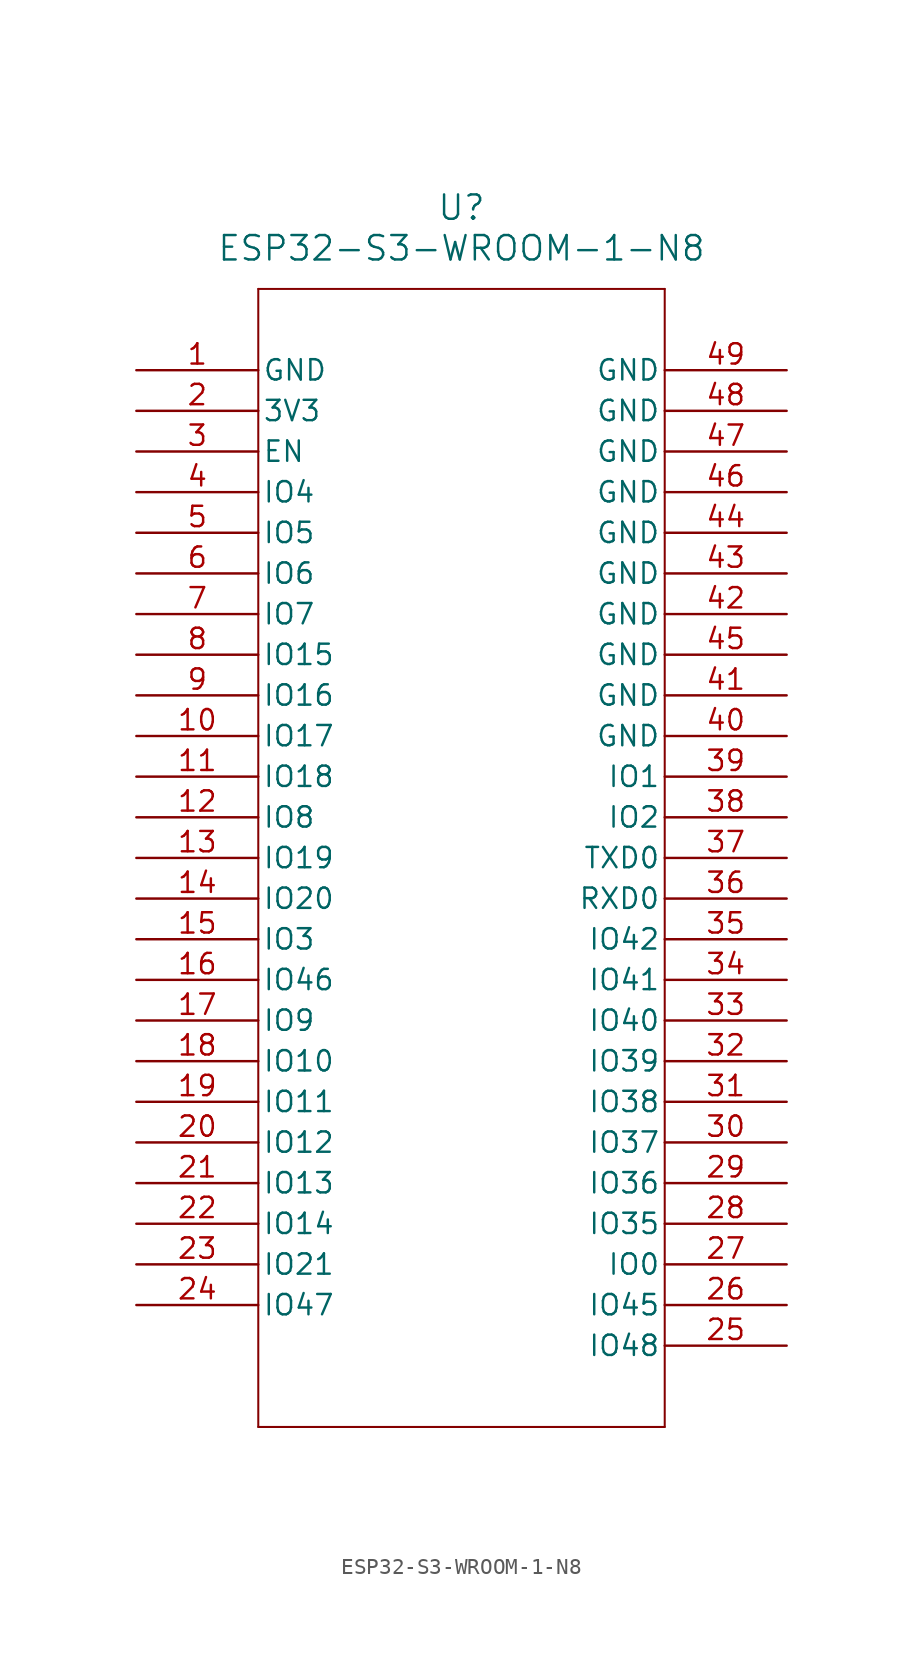
<source format=kicad_sym>
(kicad_symbol_lib
  (version 20220914)
  (generator kicad_symbol_editor)
  (symbol "ESP32-S3-WROOM-1-N8"
    (pin_names
      (offset 0.254))
    (property "Reference" "U"
      (at 20.32 10.16 0)
      (effects (font (size 1.524 1.524))))
    (property "Value" "ESP32-S3-WROOM-1-N8"
      (at 20.32 7.62 0)
      (effects (font (size 1.524 1.524))))
    (symbol "ESP32-S3-WROOM-1-N8_0_1"
      (polyline (pts (xy 7.62 -66.04) (xy 33.02 -66.04)) (stroke (width 0.127) (type default)) (fill (type none)))
      (polyline (pts (xy 7.62 5.08) (xy 7.62 -66.04)) (stroke (width 0.127) (type default)) (fill (type none)))
      (polyline (pts (xy 33.02 -66.04) (xy 33.02 5.08)) (stroke (width 0.127) (type default)) (fill (type none)))
      (polyline (pts (xy 33.02 5.08) (xy 7.62 5.08)) (stroke (width 0.127) (type default)) (fill (type none)))
      (pin power_out line (at 0 0 0) (length 7.62) (name "GND" (effects (font (size 1.27 1.27)))) (number "1" (effects (font (size 1.27 1.27)))))
      (pin bidirectional line (at 0 -22.86 0) (length 7.62) (name "IO17" (effects (font (size 1.27 1.27)))) (number "10" (effects (font (size 1.27 1.27)))))
      (pin bidirectional line (at 0 -25.4 0) (length 7.62) (name "IO18" (effects (font (size 1.27 1.27)))) (number "11" (effects (font (size 1.27 1.27)))))
      (pin bidirectional line (at 0 -27.94 0) (length 7.62) (name "IO8" (effects (font (size 1.27 1.27)))) (number "12" (effects (font (size 1.27 1.27)))))
      (pin bidirectional line (at 0 -30.48 0) (length 7.62) (name "IO19" (effects (font (size 1.27 1.27)))) (number "13" (effects (font (size 1.27 1.27)))))
      (pin bidirectional line (at 0 -33.02 0) (length 7.62) (name "IO20" (effects (font (size 1.27 1.27)))) (number "14" (effects (font (size 1.27 1.27)))))
      (pin bidirectional line (at 0 -35.56 0) (length 7.62) (name "IO3" (effects (font (size 1.27 1.27)))) (number "15" (effects (font (size 1.27 1.27)))))
      (pin bidirectional line (at 0 -38.1 0) (length 7.62) (name "IO46" (effects (font (size 1.27 1.27)))) (number "16" (effects (font (size 1.27 1.27)))))
      (pin bidirectional line (at 0 -40.64 0) (length 7.62) (name "IO9" (effects (font (size 1.27 1.27)))) (number "17" (effects (font (size 1.27 1.27)))))
      (pin bidirectional line (at 0 -43.18 0) (length 7.62) (name "IO10" (effects (font (size 1.27 1.27)))) (number "18" (effects (font (size 1.27 1.27)))))
      (pin bidirectional line (at 0 -45.72 0) (length 7.62) (name "IO11" (effects (font (size 1.27 1.27)))) (number "19" (effects (font (size 1.27 1.27)))))
      (pin power_in line (at 0 -2.54 0) (length 7.62) (name "3V3" (effects (font (size 1.27 1.27)))) (number "2" (effects (font (size 1.27 1.27)))))
      (pin bidirectional line (at 0 -48.26 0) (length 7.62) (name "IO12" (effects (font (size 1.27 1.27)))) (number "20" (effects (font (size 1.27 1.27)))))
      (pin bidirectional line (at 0 -50.8 0) (length 7.62) (name "IO13" (effects (font (size 1.27 1.27)))) (number "21" (effects (font (size 1.27 1.27)))))
      (pin bidirectional line (at 0 -53.34 0) (length 7.62) (name "IO14" (effects (font (size 1.27 1.27)))) (number "22" (effects (font (size 1.27 1.27)))))
      (pin bidirectional line (at 0 -55.88 0) (length 7.62) (name "IO21" (effects (font (size 1.27 1.27)))) (number "23" (effects (font (size 1.27 1.27)))))
      (pin bidirectional line (at 0 -58.42 0) (length 7.62) (name "IO47" (effects (font (size 1.27 1.27)))) (number "24" (effects (font (size 1.27 1.27)))))
      (pin bidirectional line (at 40.64 -60.96 180) (length 7.62) (name "IO48" (effects (font (size 1.27 1.27)))) (number "25" (effects (font (size 1.27 1.27)))))
      (pin bidirectional line (at 40.64 -58.42 180) (length 7.62) (name "IO45" (effects (font (size 1.27 1.27)))) (number "26" (effects (font (size 1.27 1.27)))))
      (pin bidirectional line (at 40.64 -55.88 180) (length 7.62) (name "IO0" (effects (font (size 1.27 1.27)))) (number "27" (effects (font (size 1.27 1.27)))))
      (pin bidirectional line (at 40.64 -53.34 180) (length 7.62) (name "IO35" (effects (font (size 1.27 1.27)))) (number "28" (effects (font (size 1.27 1.27)))))
      (pin bidirectional line (at 40.64 -50.8 180) (length 7.62) (name "IO36" (effects (font (size 1.27 1.27)))) (number "29" (effects (font (size 1.27 1.27)))))
      (pin input line (at 0 -5.08 0) (length 7.62) (name "EN" (effects (font (size 1.27 1.27)))) (number "3" (effects (font (size 1.27 1.27)))))
      (pin bidirectional line (at 40.64 -48.26 180) (length 7.62) (name "IO37" (effects (font (size 1.27 1.27)))) (number "30" (effects (font (size 1.27 1.27)))))
      (pin bidirectional line (at 40.64 -45.72 180) (length 7.62) (name "IO38" (effects (font (size 1.27 1.27)))) (number "31" (effects (font (size 1.27 1.27)))))
      (pin bidirectional line (at 40.64 -43.18 180) (length 7.62) (name "IO39" (effects (font (size 1.27 1.27)))) (number "32" (effects (font (size 1.27 1.27)))))
      (pin bidirectional line (at 40.64 -40.64 180) (length 7.62) (name "IO40" (effects (font (size 1.27 1.27)))) (number "33" (effects (font (size 1.27 1.27)))))
      (pin bidirectional line (at 40.64 -38.1 180) (length 7.62) (name "IO41" (effects (font (size 1.27 1.27)))) (number "34" (effects (font (size 1.27 1.27)))))
      (pin bidirectional line (at 40.64 -35.56 180) (length 7.62) (name "IO42" (effects (font (size 1.27 1.27)))) (number "35" (effects (font (size 1.27 1.27)))))
      (pin bidirectional line (at 40.64 -33.02 180) (length 7.62) (name "RXD0" (effects (font (size 1.27 1.27)))) (number "36" (effects (font (size 1.27 1.27)))))
      (pin bidirectional line (at 40.64 -30.48 180) (length 7.62) (name "TXD0" (effects (font (size 1.27 1.27)))) (number "37" (effects (font (size 1.27 1.27)))))
      (pin bidirectional line (at 40.64 -27.94 180) (length 7.62) (name "IO2" (effects (font (size 1.27 1.27)))) (number "38" (effects (font (size 1.27 1.27)))))
      (pin bidirectional line (at 40.64 -25.4 180) (length 7.62) (name "IO1" (effects (font (size 1.27 1.27)))) (number "39" (effects (font (size 1.27 1.27)))))
      (pin bidirectional line (at 0 -7.62 0) (length 7.62) (name "IO4" (effects (font (size 1.27 1.27)))) (number "4" (effects (font (size 1.27 1.27)))))
      (pin power_out line (at 40.64 -22.86 180) (length 7.62) (name "GND" (effects (font (size 1.27 1.27)))) (number "40" (effects (font (size 1.27 1.27)))))
      (pin power_out line (at 40.64 -20.32 180) (length 7.62) (name "GND" (effects (font (size 1.27 1.27)))) (number "41" (effects (font (size 1.27 1.27)))))
      (pin power_out line (at 40.64 -15.24 180) (length 7.62) (name "GND" (effects (font (size 1.27 1.27)))) (number "42" (effects (font (size 1.27 1.27)))))
      (pin power_out line (at 40.64 -12.7 180) (length 7.62) (name "GND" (effects (font (size 1.27 1.27)))) (number "43" (effects (font (size 1.27 1.27)))))
      (pin power_out line (at 40.64 -10.16 180) (length 7.62) (name "GND" (effects (font (size 1.27 1.27)))) (number "44" (effects (font (size 1.27 1.27)))))
      (pin power_out line (at 40.64 -17.78 180) (length 7.62) (name "GND" (effects (font (size 1.27 1.27)))) (number "45" (effects (font (size 1.27 1.27)))))
      (pin power_out line (at 40.64 -7.62 180) (length 7.62) (name "GND" (effects (font (size 1.27 1.27)))) (number "46" (effects (font (size 1.27 1.27)))))
      (pin power_out line (at 40.64 -5.08 180) (length 7.62) (name "GND" (effects (font (size 1.27 1.27)))) (number "47" (effects (font (size 1.27 1.27)))))
      (pin power_out line (at 40.64 -2.54 180) (length 7.62) (name "GND" (effects (font (size 1.27 1.27)))) (number "48" (effects (font (size 1.27 1.27)))))
      (pin power_out line (at 40.64 0 180) (length 7.62) (name "GND" (effects (font (size 1.27 1.27)))) (number "49" (effects (font (size 1.27 1.27)))))
      (pin bidirectional line (at 0 -10.16 0) (length 7.62) (name "IO5" (effects (font (size 1.27 1.27)))) (number "5" (effects (font (size 1.27 1.27)))))
      (pin bidirectional line (at 0 -12.7 0) (length 7.62) (name "IO6" (effects (font (size 1.27 1.27)))) (number "6" (effects (font (size 1.27 1.27)))))
      (pin bidirectional line (at 0 -15.24 0) (length 7.62) (name "IO7" (effects (font (size 1.27 1.27)))) (number "7" (effects (font (size 1.27 1.27)))))
      (pin bidirectional line (at 0 -17.78 0) (length 7.62) (name "IO15" (effects (font (size 1.27 1.27)))) (number "8" (effects (font (size 1.27 1.27)))))
      (pin bidirectional line (at 0 -20.32 0) (length 7.62) (name "IO16" (effects (font (size 1.27 1.27)))) (number "9" (effects (font (size 1.27 1.27))))))))
</source>
